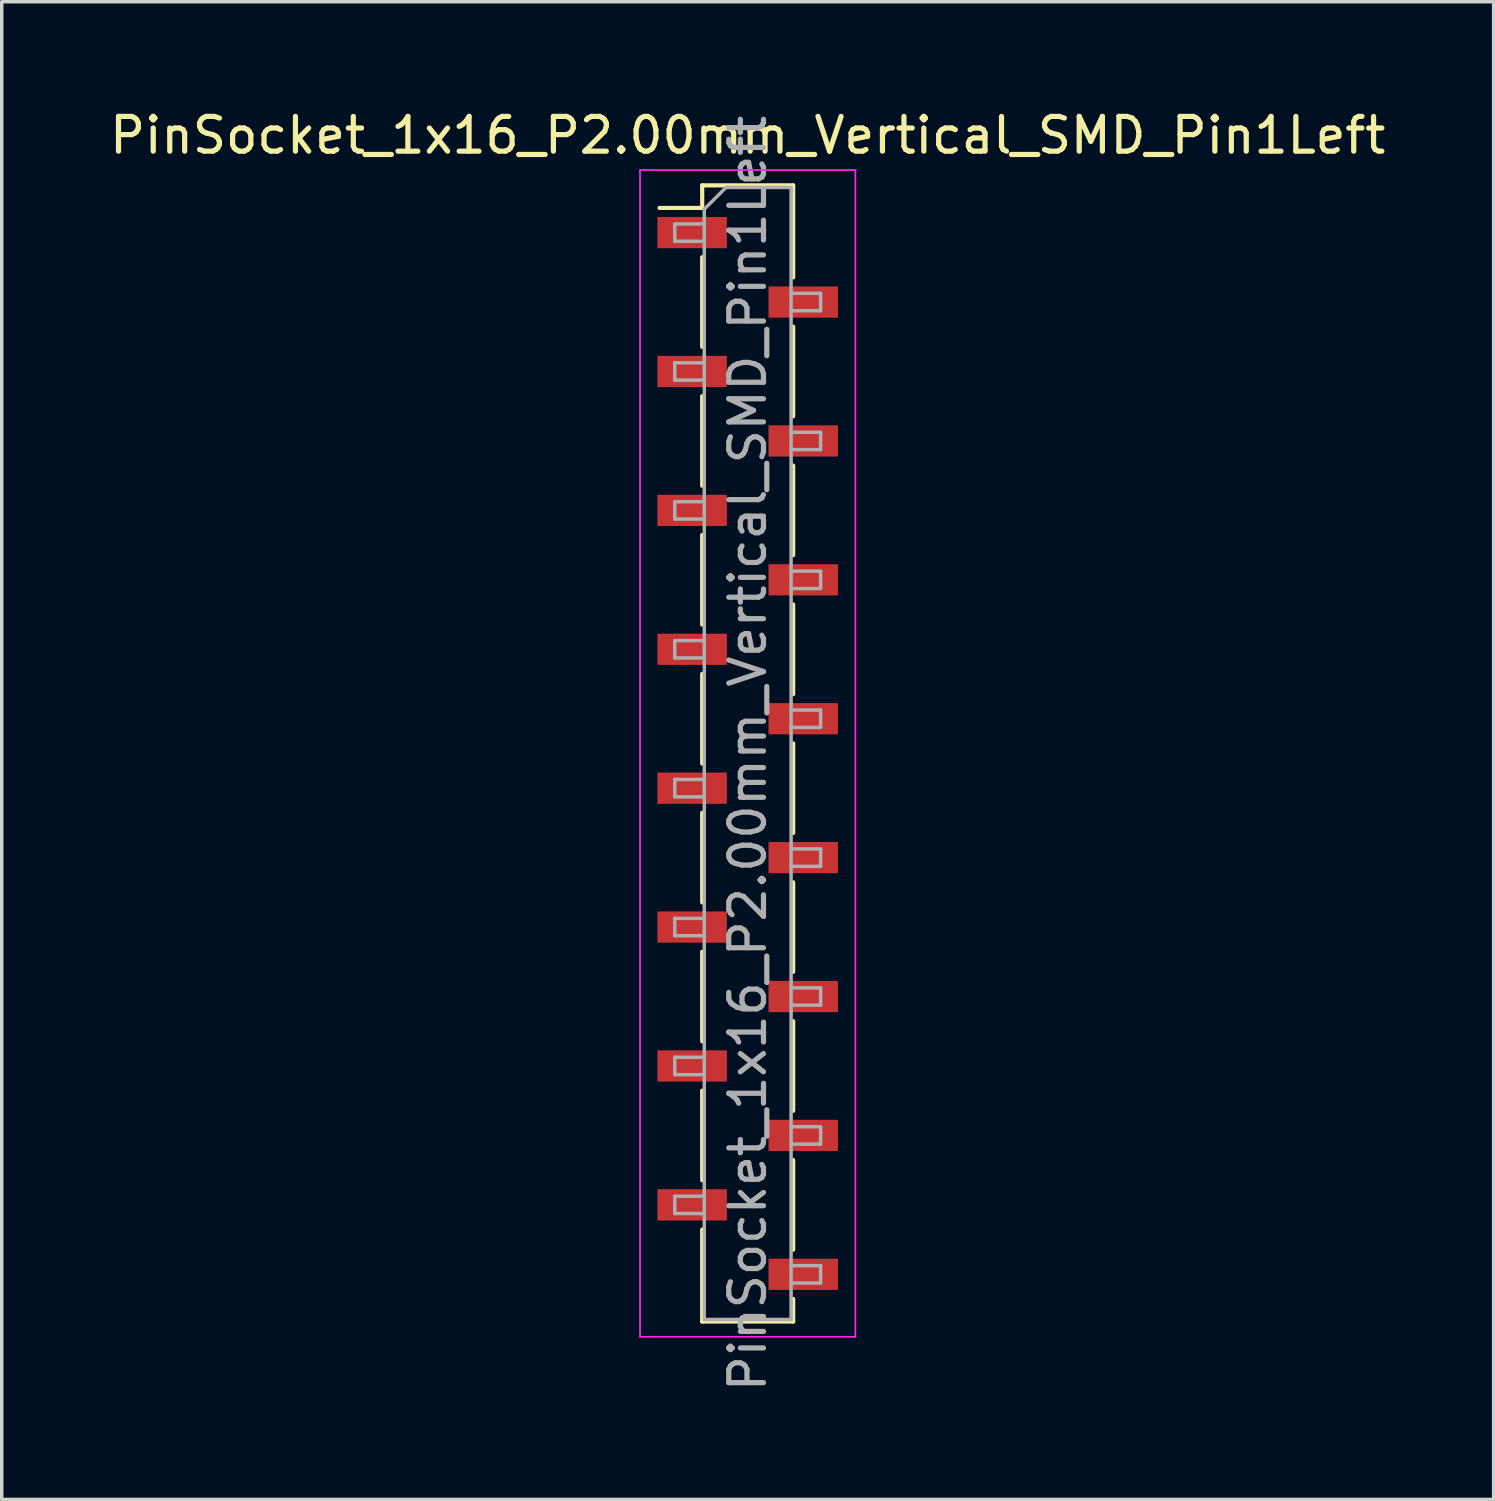
<source format=kicad_pcb>
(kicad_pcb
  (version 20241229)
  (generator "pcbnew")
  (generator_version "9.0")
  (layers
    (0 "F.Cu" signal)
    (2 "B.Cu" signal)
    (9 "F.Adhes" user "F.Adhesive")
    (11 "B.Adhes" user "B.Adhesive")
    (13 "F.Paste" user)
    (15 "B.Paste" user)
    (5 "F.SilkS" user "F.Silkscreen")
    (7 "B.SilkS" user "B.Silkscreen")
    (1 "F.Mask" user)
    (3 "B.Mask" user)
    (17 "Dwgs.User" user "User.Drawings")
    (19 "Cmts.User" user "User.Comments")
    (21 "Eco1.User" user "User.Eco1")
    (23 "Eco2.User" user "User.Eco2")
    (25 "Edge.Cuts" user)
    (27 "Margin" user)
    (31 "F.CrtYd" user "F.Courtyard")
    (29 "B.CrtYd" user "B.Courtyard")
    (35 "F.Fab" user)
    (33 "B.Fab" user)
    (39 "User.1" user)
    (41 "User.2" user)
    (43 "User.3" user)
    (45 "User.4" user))
  (footprint "PinSocket_1x16_P2.00mm_Vertical_SMD_Pin1Left"
    (layer "F.Cu")
    (at 18.482 18.648)
    (property "Reference" "PinSocket_1x16_P2.00mm_Vertical_SMD_Pin1Left" (at 0 -17.8 0) (layer "F.SilkS") (effects (font (size 1 1) (thickness 0.15))))
    (attr smd)
    (fp_line (start -2.54 -15.71) (end -1.31 -15.71) (stroke (width 0.12) (type solid)) (layer "F.SilkS"))
    (fp_line (start -1.31 -16.36) (end -1.31 -15.71) (stroke (width 0.12) (type solid)) (layer "F.SilkS"))
    (fp_line (start -1.31 -16.36) (end 1.31 -16.36) (stroke (width 0.12) (type solid)) (layer "F.SilkS"))
    (fp_line (start -1.31 -14.29) (end -1.31 -11.71) (stroke (width 0.12) (type solid)) (layer "F.SilkS"))
    (fp_line (start -1.31 -10.29) (end -1.31 -7.71) (stroke (width 0.12) (type solid)) (layer "F.SilkS"))
    (fp_line (start -1.31 -6.29) (end -1.31 -3.71) (stroke (width 0.12) (type solid)) (layer "F.SilkS"))
    (fp_line (start -1.31 -2.29) (end -1.31 0.29) (stroke (width 0.12) (type solid)) (layer "F.SilkS"))
    (fp_line (start -1.31 1.71) (end -1.31 4.29) (stroke (width 0.12) (type solid)) (layer "F.SilkS"))
    (fp_line (start -1.31 5.71) (end -1.31 8.29) (stroke (width 0.12) (type solid)) (layer "F.SilkS"))
    (fp_line (start -1.31 9.71) (end -1.31 12.29) (stroke (width 0.12) (type solid)) (layer "F.SilkS"))
    (fp_line (start -1.31 13.71) (end -1.31 16.36) (stroke (width 0.12) (type solid)) (layer "F.SilkS"))
    (fp_line (start -1.31 16.36) (end 1.31 16.36) (stroke (width 0.12) (type solid)) (layer "F.SilkS"))
    (fp_line (start 1.31 -16.36) (end 1.31 -13.71) (stroke (width 0.12) (type solid)) (layer "F.SilkS"))
    (fp_line (start 1.31 -12.29) (end 1.31 -9.71) (stroke (width 0.12) (type solid)) (layer "F.SilkS"))
    (fp_line (start 1.31 -8.29) (end 1.31 -5.71) (stroke (width 0.12) (type solid)) (layer "F.SilkS"))
    (fp_line (start 1.31 -4.29) (end 1.31 -1.71) (stroke (width 0.12) (type solid)) (layer "F.SilkS"))
    (fp_line (start 1.31 -0.29) (end 1.31 2.29) (stroke (width 0.12) (type solid)) (layer "F.SilkS"))
    (fp_line (start 1.31 3.71) (end 1.31 6.29) (stroke (width 0.12) (type solid)) (layer "F.SilkS"))
    (fp_line (start 1.31 7.71) (end 1.31 10.29) (stroke (width 0.12) (type solid)) (layer "F.SilkS"))
    (fp_line (start 1.31 11.71) (end 1.31 14.29) (stroke (width 0.12) (type solid)) (layer "F.SilkS"))
    (fp_line (start 1.31 15.71) (end 1.31 16.36) (stroke (width 0.12) (type solid)) (layer "F.SilkS"))
    (fp_line (start -3.1 -16.8) (end 3.1 -16.8) (stroke (width 0.05) (type solid)) (layer "F.CrtYd"))
    (fp_line (start -3.1 16.8) (end -3.1 -16.8) (stroke (width 0.05) (type solid)) (layer "F.CrtYd"))
    (fp_line (start 3.1 -16.8) (end 3.1 16.8) (stroke (width 0.05) (type solid)) (layer "F.CrtYd"))
    (fp_line (start 3.1 16.8) (end -3.1 16.8) (stroke (width 0.05) (type solid)) (layer "F.CrtYd"))
    (fp_line (start -2.1 -15.25) (end -1.25 -15.25) (stroke (width 0.1) (type solid)) (layer "F.Fab"))
    (fp_line (start -2.1 -14.75) (end -2.1 -15.25) (stroke (width 0.1) (type solid)) (layer "F.Fab"))
    (fp_line (start -2.1 -11.25) (end -1.25 -11.25) (stroke (width 0.1) (type solid)) (layer "F.Fab"))
    (fp_line (start -2.1 -10.75) (end -2.1 -11.25) (stroke (width 0.1) (type solid)) (layer "F.Fab"))
    (fp_line (start -2.1 -7.25) (end -1.25 -7.25) (stroke (width 0.1) (type solid)) (layer "F.Fab"))
    (fp_line (start -2.1 -6.75) (end -2.1 -7.25) (stroke (width 0.1) (type solid)) (layer "F.Fab"))
    (fp_line (start -2.1 -3.25) (end -1.25 -3.25) (stroke (width 0.1) (type solid)) (layer "F.Fab"))
    (fp_line (start -2.1 -2.75) (end -2.1 -3.25) (stroke (width 0.1) (type solid)) (layer "F.Fab"))
    (fp_line (start -2.1 0.75) (end -1.25 0.75) (stroke (width 0.1) (type solid)) (layer "F.Fab"))
    (fp_line (start -2.1 1.25) (end -2.1 0.75) (stroke (width 0.1) (type solid)) (layer "F.Fab"))
    (fp_line (start -2.1 4.75) (end -1.25 4.75) (stroke (width 0.1) (type solid)) (layer "F.Fab"))
    (fp_line (start -2.1 5.25) (end -2.1 4.75) (stroke (width 0.1) (type solid)) (layer "F.Fab"))
    (fp_line (start -2.1 8.75) (end -1.25 8.75) (stroke (width 0.1) (type solid)) (layer "F.Fab"))
    (fp_line (start -2.1 9.25) (end -2.1 8.75) (stroke (width 0.1) (type solid)) (layer "F.Fab"))
    (fp_line (start -2.1 12.75) (end -1.25 12.75) (stroke (width 0.1) (type solid)) (layer "F.Fab"))
    (fp_line (start -2.1 13.25) (end -2.1 12.75) (stroke (width 0.1) (type solid)) (layer "F.Fab"))
    (fp_line (start -1.25 -15.675) (end -0.625 -16.3) (stroke (width 0.1) (type solid)) (layer "F.Fab"))
    (fp_line (start -1.25 -14.75) (end -2.1 -14.75) (stroke (width 0.1) (type solid)) (layer "F.Fab"))
    (fp_line (start -1.25 -10.75) (end -2.1 -10.75) (stroke (width 0.1) (type solid)) (layer "F.Fab"))
    (fp_line (start -1.25 -6.75) (end -2.1 -6.75) (stroke (width 0.1) (type solid)) (layer "F.Fab"))
    (fp_line (start -1.25 -2.75) (end -2.1 -2.75) (stroke (width 0.1) (type solid)) (layer "F.Fab"))
    (fp_line (start -1.25 1.25) (end -2.1 1.25) (stroke (width 0.1) (type solid)) (layer "F.Fab"))
    (fp_line (start -1.25 5.25) (end -2.1 5.25) (stroke (width 0.1) (type solid)) (layer "F.Fab"))
    (fp_line (start -1.25 9.25) (end -2.1 9.25) (stroke (width 0.1) (type solid)) (layer "F.Fab"))
    (fp_line (start -1.25 13.25) (end -2.1 13.25) (stroke (width 0.1) (type solid)) (layer "F.Fab"))
    (fp_line (start -1.25 16.3) (end -1.25 -15.675) (stroke (width 0.1) (type solid)) (layer "F.Fab"))
    (fp_line (start -0.625 -16.3) (end 1.25 -16.3) (stroke (width 0.1) (type solid)) (layer "F.Fab"))
    (fp_line (start 1.25 -16.3) (end 1.25 16.3) (stroke (width 0.1) (type solid)) (layer "F.Fab"))
    (fp_line (start 1.25 -13.25) (end 2.1 -13.25) (stroke (width 0.1) (type solid)) (layer "F.Fab"))
    (fp_line (start 1.25 -9.25) (end 2.1 -9.25) (stroke (width 0.1) (type solid)) (layer "F.Fab"))
    (fp_line (start 1.25 -5.25) (end 2.1 -5.25) (stroke (width 0.1) (type solid)) (layer "F.Fab"))
    (fp_line (start 1.25 -1.25) (end 2.1 -1.25) (stroke (width 0.1) (type solid)) (layer "F.Fab"))
    (fp_line (start 1.25 2.75) (end 2.1 2.75) (stroke (width 0.1) (type solid)) (layer "F.Fab"))
    (fp_line (start 1.25 6.75) (end 2.1 6.75) (stroke (width 0.1) (type solid)) (layer "F.Fab"))
    (fp_line (start 1.25 10.75) (end 2.1 10.75) (stroke (width 0.1) (type solid)) (layer "F.Fab"))
    (fp_line (start 1.25 14.75) (end 2.1 14.75) (stroke (width 0.1) (type solid)) (layer "F.Fab"))
    (fp_line (start 1.25 16.3) (end -1.25 16.3) (stroke (width 0.1) (type solid)) (layer "F.Fab"))
    (fp_line (start 2.1 -13.25) (end 2.1 -12.75) (stroke (width 0.1) (type solid)) (layer "F.Fab"))
    (fp_line (start 2.1 -12.75) (end 1.25 -12.75) (stroke (width 0.1) (type solid)) (layer "F.Fab"))
    (fp_line (start 2.1 -9.25) (end 2.1 -8.75) (stroke (width 0.1) (type solid)) (layer "F.Fab"))
    (fp_line (start 2.1 -8.75) (end 1.25 -8.75) (stroke (width 0.1) (type solid)) (layer "F.Fab"))
    (fp_line (start 2.1 -5.25) (end 2.1 -4.75) (stroke (width 0.1) (type solid)) (layer "F.Fab"))
    (fp_line (start 2.1 -4.75) (end 1.25 -4.75) (stroke (width 0.1) (type solid)) (layer "F.Fab"))
    (fp_line (start 2.1 -1.25) (end 2.1 -0.75) (stroke (width 0.1) (type solid)) (layer "F.Fab"))
    (fp_line (start 2.1 -0.75) (end 1.25 -0.75) (stroke (width 0.1) (type solid)) (layer "F.Fab"))
    (fp_line (start 2.1 2.75) (end 2.1 3.25) (stroke (width 0.1) (type solid)) (layer "F.Fab"))
    (fp_line (start 2.1 3.25) (end 1.25 3.25) (stroke (width 0.1) (type solid)) (layer "F.Fab"))
    (fp_line (start 2.1 6.75) (end 2.1 7.25) (stroke (width 0.1) (type solid)) (layer "F.Fab"))
    (fp_line (start 2.1 7.25) (end 1.25 7.25) (stroke (width 0.1) (type solid)) (layer "F.Fab"))
    (fp_line (start 2.1 10.75) (end 2.1 11.25) (stroke (width 0.1) (type solid)) (layer "F.Fab"))
    (fp_line (start 2.1 11.25) (end 1.25 11.25) (stroke (width 0.1) (type solid)) (layer "F.Fab"))
    (fp_line (start 2.1 14.75) (end 2.1 15.25) (stroke (width 0.1) (type solid)) (layer "F.Fab"))
    (fp_line (start 2.1 15.25) (end 1.25 15.25) (stroke (width 0.1) (type solid)) (layer "F.Fab"))
    (fp_text user "${REFERENCE}" (at 0 0 90) (layer "F.Fab") (effects (font (size 1 1) (thickness 0.15))))
    (pad "1" smd rect (at -1.6 -15) (size 2 0.9) (layers "F.Cu" "F.Mask" "F.Paste"))
    (pad "2" smd rect (at 1.6 -13) (size 2 0.9) (layers "F.Cu" "F.Mask" "F.Paste"))
    (pad "3" smd rect (at -1.6 -11) (size 2 0.9) (layers "F.Cu" "F.Mask" "F.Paste"))
    (pad "4" smd rect (at 1.6 -9) (size 2 0.9) (layers "F.Cu" "F.Mask" "F.Paste"))
    (pad "5" smd rect (at -1.6 -7) (size 2 0.9) (layers "F.Cu" "F.Mask" "F.Paste"))
    (pad "6" smd rect (at 1.6 -5) (size 2 0.9) (layers "F.Cu" "F.Mask" "F.Paste"))
    (pad "7" smd rect (at -1.6 -3) (size 2 0.9) (layers "F.Cu" "F.Mask" "F.Paste"))
    (pad "8" smd rect (at 1.6 -1) (size 2 0.9) (layers "F.Cu" "F.Mask" "F.Paste"))
    (pad "9" smd rect (at -1.6 1) (size 2 0.9) (layers "F.Cu" "F.Mask" "F.Paste"))
    (pad "10" smd rect (at 1.6 3) (size 2 0.9) (layers "F.Cu" "F.Mask" "F.Paste"))
    (pad "11" smd rect (at -1.6 5) (size 2 0.9) (layers "F.Cu" "F.Mask" "F.Paste"))
    (pad "12" smd rect (at 1.6 7) (size 2 0.9) (layers "F.Cu" "F.Mask" "F.Paste"))
    (pad "13" smd rect (at -1.6 9) (size 2 0.9) (layers "F.Cu" "F.Mask" "F.Paste"))
    (pad "14" smd rect (at 1.6 11) (size 2 0.9) (layers "F.Cu" "F.Mask" "F.Paste"))
    (pad "15" smd rect (at -1.6 13) (size 2 0.9) (layers "F.Cu" "F.Mask" "F.Paste"))
    (pad "16" smd rect (at 1.6 15) (size 2 0.9) (layers "F.Cu" "F.Mask" "F.Paste")))
  (gr_rect
    (start -3 -3)
    (end 39.964 40.13)
    (stroke (width 0.1) (type default))
    (fill no)
    (layer "Edge.Cuts")))
</source>
